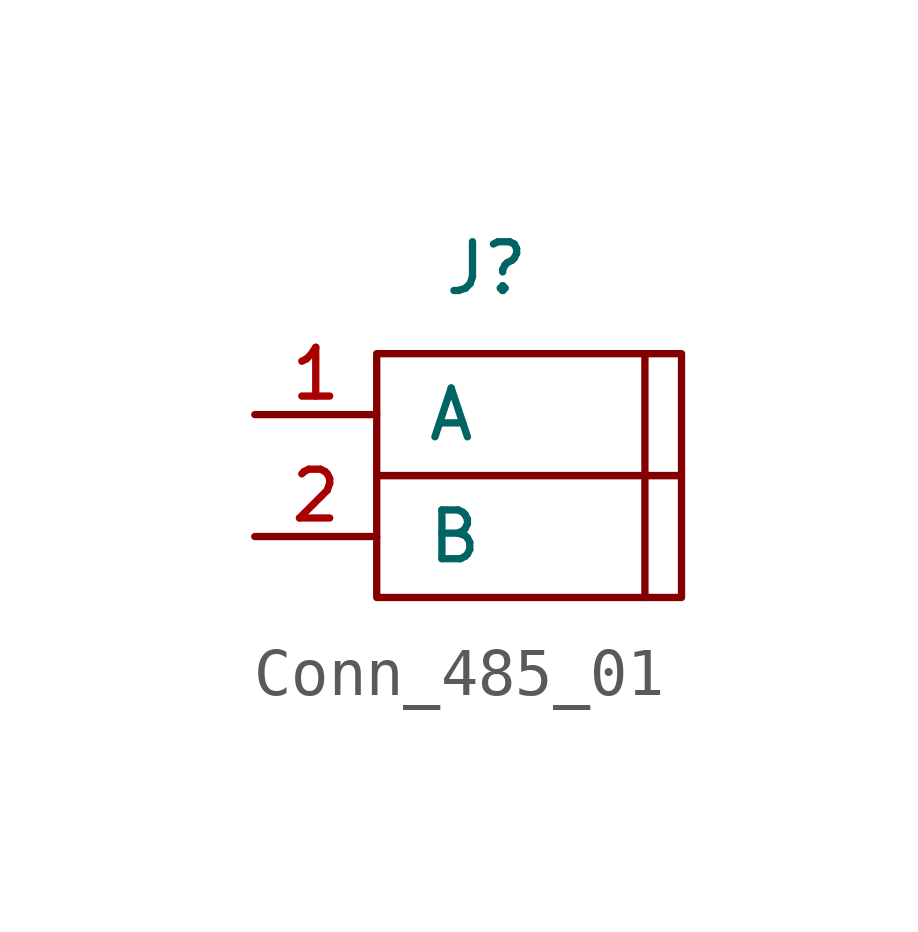
<source format=kicad_sym>
(kicad_symbol_lib
  (version 20231120)
  (generator "kicad_symbol_editor")
  (generator_version "8.0")
  (symbol "Conn_485_01"
    (pin_names
      (offset 1.016))
    (property "Reference" "J"
      (at -0.254 3.048 0)
      (effects (font (size 1.016 1.016))))
    (symbol "Conn_485_01_0_1"
      (rectangle (start -2.54 -1.27) (end 3.81 -3.81) (stroke (width 0) (type default)) (fill (type none)))
      (rectangle (start -2.54 1.27) (end 3.81 -1.27) (stroke (width 0) (type default)) (fill (type none)))
      (polyline (pts (xy 3.048 1.27) (xy 3.048 -3.81)) (stroke (width 0) (type default)) (fill (type none))))
    (symbol "Conn_485_01_1_1"
      (pin bidirectional line (at -5.08 0 0) (length 2.54) (name "A" (effects (font (size 1.016 1.016)))) (number "1" (effects (font (size 1.016 1.016)))))
      (pin bidirectional line (at -5.08 -2.54 0) (length 2.54) (name "B" (effects (font (size 1.016 1.016)))) (number "2" (effects (font (size 1.016 1.016))))))))
</source>
